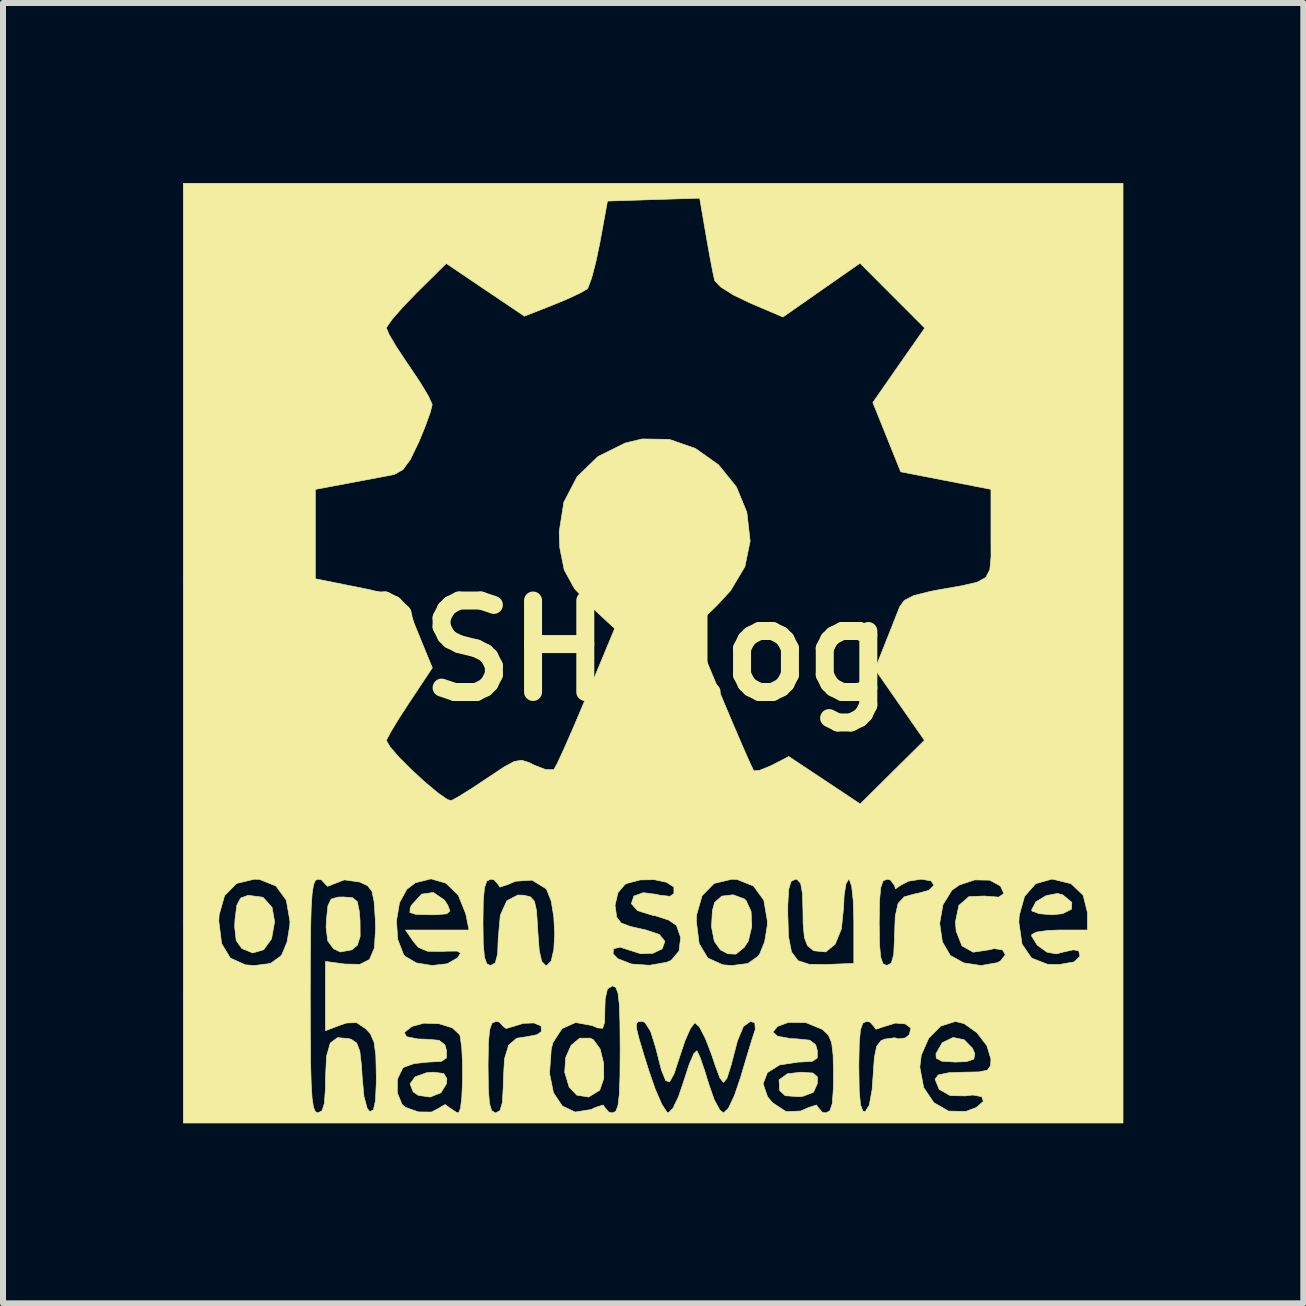
<source format=kicad_pcb>
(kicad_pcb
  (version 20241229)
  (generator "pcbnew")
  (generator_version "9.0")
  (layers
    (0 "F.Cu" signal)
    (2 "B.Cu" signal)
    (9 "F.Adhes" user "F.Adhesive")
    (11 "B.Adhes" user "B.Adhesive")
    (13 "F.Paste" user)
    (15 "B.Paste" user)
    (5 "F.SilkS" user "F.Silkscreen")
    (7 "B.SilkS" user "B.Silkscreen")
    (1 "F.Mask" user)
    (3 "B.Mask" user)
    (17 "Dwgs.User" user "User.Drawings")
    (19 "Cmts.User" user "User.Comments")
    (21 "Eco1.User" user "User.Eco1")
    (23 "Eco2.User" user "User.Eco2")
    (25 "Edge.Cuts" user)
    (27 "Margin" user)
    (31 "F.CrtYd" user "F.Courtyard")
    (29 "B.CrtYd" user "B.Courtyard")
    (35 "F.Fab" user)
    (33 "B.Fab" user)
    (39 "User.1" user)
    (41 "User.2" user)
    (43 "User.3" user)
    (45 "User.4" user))
  (footprint "OSH_logo"
    (layer "F.Cu")
    (at 7.794 7.794)
    (property "Reference" "OSH_logo" (at 0 0 0) (layer "F.SilkS") (effects (font (size 1.524 1.524) (thickness 0.3))))
    (attr through_hole)
    (fp_poly (pts (xy -3.449 7.048) (xy -3.396 7.135) (xy -3.402 7.218) (xy -3.495 7.37) (xy -3.675 7.441) (xy -3.872 7.413) (xy -3.957 7.355) (xy -4.01 7.221) (xy -3.925 7.104) (xy -3.732 7.035) (xy -3.624 7.027) (xy -3.449 7.048)) (stroke (width 0.01) (type solid)) (fill yes) (layer "F.SilkS"))
    (fp_poly (pts (xy 2.707 7.041) (xy 2.78 7.105) (xy 2.779 7.218) (xy 2.714 7.361) (xy 2.543 7.427) (xy 2.476 7.435) (xy 2.243 7.419) (xy 2.151 7.333) (xy 2.141 7.154) (xy 2.28 7.053) (xy 2.509 7.027) (xy 2.707 7.041)) (stroke (width 0.01) (type solid)) (fill yes) (layer "F.SilkS"))
    (fp_poly (pts (xy 5.228 6.487) (xy 5.365 6.628) (xy 5.404 6.719) (xy 5.387 6.809) (xy 5.267 6.85) (xy 5.08 6.858) (xy 4.855 6.844) (xy 4.761 6.794) (xy 4.756 6.719) (xy 4.861 6.535) (xy 5.042 6.448) (xy 5.228 6.487)) (stroke (width 0.01) (type solid)) (fill yes) (layer "F.SilkS"))
    (fp_poly (pts (xy 6.871 4.071) (xy 7.021 4.197) (xy 7.015 4.31) (xy 6.867 4.385) (xy 6.689 4.403) (xy 6.477 4.385) (xy 6.359 4.341) (xy 6.35 4.323) (xy 6.422 4.187) (xy 6.591 4.084) (xy 6.781 4.048) (xy 6.871 4.071)) (stroke (width 0.01) (type solid)) (fill yes) (layer "F.SilkS"))
    (fp_poly (pts (xy -3.438 4.157) (xy -3.381 4.243) (xy -3.345 4.34) (xy -3.398 4.387) (xy -3.572 4.402) (xy -3.683 4.403) (xy -3.915 4.396) (xy -4.012 4.365) (xy -4.007 4.29) (xy -3.983 4.241) (xy -3.817 4.059) (xy -3.621 4.031) (xy -3.438 4.157)) (stroke (width 0.01) (type solid)) (fill yes) (layer "F.SilkS"))
    (fp_poly (pts (xy -6.461 4.111) (xy -6.31 4.278) (xy -6.267 4.519) (xy -6.318 4.805) (xy -6.449 4.986) (xy -6.633 5.039) (xy -6.813 4.965) (xy -6.907 4.834) (xy -6.933 4.602) (xy -6.927 4.484) (xy -6.897 4.244) (xy -6.833 4.125) (xy -6.71 4.079) (xy -6.705 4.079) (xy -6.461 4.111)) (stroke (width 0.01) (type solid)) (fill yes) (layer "F.SilkS"))
    (fp_poly (pts (xy -0.953 6.486) (xy -0.842 6.638) (xy -0.782 6.88) (xy -0.781 7.133) (xy -0.847 7.324) (xy -0.852 7.33) (xy -1.034 7.441) (xy -1.23 7.409) (xy -1.357 7.277) (xy -1.432 7.028) (xy -1.415 6.782) (xy -1.326 6.58) (xy -1.183 6.46) (xy -1.007 6.459) (xy -0.953 6.486)) (stroke (width 0.01) (type solid)) (fill yes) (layer "F.SilkS"))
    (fp_poly (pts (xy 1.56 4.138) (xy 1.592 4.166) (xy 1.675 4.348) (xy 1.686 4.599) (xy 1.63 4.839) (xy 1.56 4.947) (xy 1.42 5.059) (xy 1.289 5.053) (xy 1.164 4.989) (xy 1.062 4.845) (xy 1.015 4.604) (xy 1.03 4.334) (xy 1.067 4.198) (xy 1.186 4.092) (xy 1.375 4.07) (xy 1.56 4.138)) (stroke (width 0.01) (type solid)) (fill yes) (layer "F.SilkS"))
    (fp_poly (pts (xy -4.968 4.118) (xy -4.889 4.183) (xy -4.855 4.347) (xy -4.843 4.503) (xy -4.841 4.764) (xy -4.888 4.911) (xy -4.979 4.987) (xy -5.173 5.023) (xy -5.286 4.968) (xy -5.381 4.839) (xy -5.409 4.615) (xy -5.403 4.484) (xy -5.378 4.251) (xy -5.324 4.141) (xy -5.206 4.108) (xy -5.122 4.106) (xy -4.968 4.118)) (stroke (width 0.01) (type solid)) (fill yes) (layer "F.SilkS"))
    (fp_poly (pts (xy 7.874 7.874) (xy -7.789 7.874) (xy -7.789 5.757) (xy -5.673 5.757) (xy -5.671 6.389) (xy -5.667 6.87) (xy -5.657 7.221) (xy -5.642 7.46) (xy -5.62 7.608) (xy -5.589 7.683) (xy -5.548 7.705) (xy -5.546 7.705) (xy -5.476 7.669) (xy -5.437 7.543) (xy -5.42 7.294) (xy -5.419 7.121) (xy -5.401 6.758) (xy -5.339 6.541) (xy -5.219 6.451) (xy -5.029 6.467) (xy -4.987 6.48) (xy -4.9 6.539) (xy -4.847 6.675) (xy -4.818 6.925) (xy -4.809 7.089) (xy -4.778 7.429) (xy -4.723 7.633) (xy -4.678 7.684) (xy -4.62 7.655) (xy -4.587 7.506) (xy -4.58 7.37) (xy -4.222 7.37) (xy -4.144 7.561) (xy -4.085 7.613) (xy -3.869 7.689) (xy -3.653 7.691) (xy -3.513 7.619) (xy -3.509 7.613) (xy -3.425 7.566) (xy -3.36 7.613) (xy -3.238 7.696) (xy -3.2 7.705) (xy -3.168 7.628) (xy -3.146 7.432) (xy -3.135 7.165) (xy -3.135 6.943) (xy -2.709 6.943) (xy -2.704 7.314) (xy -2.686 7.546) (xy -2.65 7.666) (xy -2.592 7.704) (xy -2.582 7.705) (xy -2.51 7.667) (xy -2.471 7.533) (xy -2.456 7.271) (xy -2.455 7.171) (xy -2.449 7.047) (xy -1.685 7.047) (xy -1.619 7.37) (xy -1.471 7.591) (xy -1.257 7.691) (xy -0.992 7.649) (xy -0.926 7.617) (xy -0.791 7.573) (xy -0.762 7.617) (xy -0.693 7.695) (xy -0.635 7.705) (xy -0.581 7.68) (xy -0.545 7.588) (xy -0.522 7.403) (xy -0.511 7.101) (xy -0.508 6.656) (xy -0.508 6.646) (xy -0.511 6.214) (xy -0.237 6.214) (xy -0.235 6.299) (xy -0.193 6.469) (xy -0.107 6.755) (xy -0.032 6.994) (xy 0.08 7.317) (xy 0.187 7.562) (xy 0.272 7.692) (xy 0.296 7.705) (xy 0.371 7.63) (xy 0.466 7.432) (xy 0.559 7.157) (xy 0.645 6.892) (xy 0.721 6.717) (xy 0.771 6.669) (xy 0.772 6.67) (xy 0.824 6.779) (xy 0.9 6.999) (xy 0.967 7.218) (xy 1.06 7.485) (xy 1.156 7.66) (xy 1.217 7.705) (xy 1.297 7.627) (xy 1.398 7.414) (xy 1.463 7.221) (xy 1.875 7.221) (xy 1.95 7.438) (xy 2.032 7.535) (xy 2.258 7.684) (xy 2.501 7.674) (xy 2.63 7.617) (xy 2.765 7.573) (xy 2.794 7.617) (xy 2.863 7.695) (xy 2.921 7.705) (xy 2.988 7.671) (xy 3.028 7.55) (xy 3.045 7.312) (xy 3.048 7.074) (xy 3.046 6.95) (xy 3.471 6.95) (xy 3.477 7.332) (xy 3.498 7.566) (xy 3.536 7.673) (xy 3.577 7.684) (xy 3.644 7.578) (xy 3.691 7.323) (xy 3.708 7.089) (xy 3.718 6.943) (xy 4.487 6.943) (xy 4.551 7.283) (xy 4.721 7.534) (xy 4.966 7.675) (xy 5.254 7.681) (xy 5.427 7.616) (xy 5.546 7.513) (xy 5.519 7.435) (xy 5.37 7.407) (xy 5.246 7.422) (xy 4.994 7.417) (xy 4.81 7.313) (xy 4.741 7.144) (xy 4.795 7.072) (xy 4.974 7.035) (xy 5.207 7.027) (xy 5.474 7.022) (xy 5.612 6.993) (xy 5.665 6.921) (xy 5.673 6.812) (xy 5.605 6.585) (xy 5.438 6.368) (xy 5.226 6.217) (xy 5.08 6.181) (xy 4.837 6.258) (xy 4.636 6.46) (xy 4.511 6.744) (xy 4.487 6.943) (xy 3.718 6.943) (xy 3.73 6.778) (xy 3.768 6.596) (xy 3.836 6.505) (xy 3.898 6.476) (xy 4.068 6.453) (xy 4.138 6.471) (xy 4.248 6.455) (xy 4.313 6.399) (xy 4.338 6.291) (xy 4.245 6.222) (xy 4.081 6.208) (xy 3.898 6.264) (xy 3.756 6.311) (xy 3.725 6.268) (xy 3.657 6.191) (xy 3.598 6.181) (xy 3.537 6.21) (xy 3.498 6.318) (xy 3.478 6.533) (xy 3.471 6.884) (xy 3.471 6.95) (xy 3.046 6.95) (xy 3.042 6.741) (xy 3.017 6.534) (xy 2.963 6.407) (xy 2.867 6.318) (xy 2.86 6.312) (xy 2.589 6.201) (xy 2.296 6.197) (xy 2.119 6.262) (xy 2.039 6.356) (xy 2.114 6.427) (xy 2.332 6.466) (xy 2.435 6.471) (xy 2.652 6.493) (xy 2.751 6.569) (xy 2.779 6.668) (xy 2.777 6.79) (xy 2.697 6.845) (xy 2.494 6.858) (xy 2.467 6.858) (xy 2.149 6.906) (xy 1.946 7.035) (xy 1.875 7.221) (xy 1.463 7.221) (xy 1.506 7.095) (xy 1.511 7.075) (xy 1.606 6.756) (xy 1.687 6.489) (xy 1.741 6.326) (xy 1.745 6.313) (xy 1.736 6.201) (xy 1.663 6.181) (xy 1.548 6.263) (xy 1.45 6.497) (xy 1.438 6.54) (xy 1.341 6.913) (xy 1.272 7.129) (xy 1.215 7.197) (xy 1.156 7.125) (xy 1.079 6.92) (xy 1.022 6.748) (xy 0.914 6.466) (xy 0.814 6.273) (xy 0.74 6.203) (xy 0.735 6.204) (xy 0.665 6.296) (xy 0.572 6.505) (xy 0.482 6.776) (xy 0.39 7.056) (xy 0.317 7.188) (xy 0.251 7.166) (xy 0.179 6.987) (xy 0.092 6.645) (xy 0.087 6.625) (xy 0.000359 6.346) (xy -0.094 6.198) (xy -0.135 6.181) (xy -0.203 6.184) (xy -0.237 6.214) (xy -0.511 6.214) (xy -0.511 6.198) (xy -0.522 5.893) (xy -0.544 5.707) (xy -0.58 5.614) (xy -0.634 5.588) (xy -0.635 5.588) (xy -0.719 5.638) (xy -0.757 5.808) (xy -0.762 5.967) (xy -0.767 6.198) (xy -0.799 6.294) (xy -0.884 6.289) (xy -0.974 6.25) (xy -1.249 6.199) (xy -1.477 6.3) (xy -1.628 6.534) (xy -1.656 6.642) (xy -1.685 7.047) (xy -2.449 7.047) (xy -2.435 6.803) (xy -2.366 6.575) (xy -2.233 6.461) (xy -2.062 6.435) (xy -1.89 6.401) (xy -1.82 6.349) (xy -1.826 6.256) (xy -1.945 6.206) (xy -2.124 6.213) (xy -2.249 6.252) (xy -2.408 6.299) (xy -2.455 6.264) (xy -2.524 6.19) (xy -2.582 6.181) (xy -2.644 6.21) (xy -2.683 6.319) (xy -2.703 6.535) (xy -2.709 6.887) (xy -2.709 6.943) (xy -3.135 6.943) (xy -3.135 6.877) (xy -3.148 6.616) (xy -3.174 6.431) (xy -3.183 6.402) (xy -3.306 6.287) (xy -3.527 6.219) (xy -3.777 6.21) (xy -3.978 6.264) (xy -4.104 6.364) (xy -4.069 6.435) (xy -3.879 6.473) (xy -3.739 6.477) (xy -3.526 6.495) (xy -3.428 6.57) (xy -3.402 6.668) (xy -3.404 6.791) (xy -3.487 6.846) (xy -3.694 6.858) (xy -3.703 6.858) (xy -3.941 6.883) (xy -4.112 6.944) (xy -4.132 6.96) (xy -4.22 7.142) (xy -4.222 7.37) (xy -4.58 7.37) (xy -4.573 7.218) (xy -4.572 7.09) (xy -4.58 6.747) (xy -4.609 6.528) (xy -4.671 6.387) (xy -4.746 6.304) (xy -4.901 6.201) (xy -5.068 6.207) (xy -5.169 6.241) (xy -5.419 6.335) (xy -5.419 5.181) (xy -5.098 5.224) (xy -4.845 5.229) (xy -4.686 5.149) (xy -4.604 4.958) (xy -4.584 4.636) (xy -4.588 4.502) (xy -4.236 4.502) (xy -4.215 4.813) (xy -4.12 5.06) (xy -4.093 5.095) (xy -3.902 5.206) (xy -3.642 5.248) (xy -3.387 5.219) (xy -3.215 5.119) (xy -3.168 5.04) (xy -3.225 5.008) (xy -3.415 5.01) (xy -3.467 5.014) (xy -3.718 5.011) (xy -3.87 4.947) (xy -3.956 4.847) (xy -4.085 4.657) (xy -3.027 4.657) (xy -3.052 4.53) (xy -2.794 4.53) (xy -2.789 4.889) (xy -2.769 5.11) (xy -2.73 5.22) (xy -2.667 5.249) (xy -2.589 5.206) (xy -2.55 5.056) (xy -2.54 4.8) (xy -2.505 4.41) (xy -2.396 4.169) (xy -2.213 4.074) (xy -2.112 4.077) (xy -2.001 4.105) (xy -1.936 4.178) (xy -1.902 4.333) (xy -1.883 4.611) (xy -1.88 4.678) (xy -1.856 5) (xy -1.815 5.181) (xy -1.75 5.247) (xy -1.732 5.249) (xy -1.657 5.174) (xy -1.63 5.053) (xy -0.626 5.053) (xy -0.547 5.135) (xy -0.317 5.224) (xy -0.017 5.245) (xy 0.267 5.195) (xy 0.344 5.162) (xy 0.474 5.007) (xy 0.501 4.782) (xy 0.431 4.581) (xy 0.331 4.511) (xy 0.762 4.511) (xy 0.809 4.884) (xy 0.953 5.124) (xy 1.203 5.237) (xy 1.355 5.249) (xy 1.622 5.215) (xy 1.791 5.094) (xy 1.816 5.061) (xy 1.9 4.856) (xy 1.945 4.582) (xy 1.947 4.511) (xy 1.922 4.366) (xy 2.286 4.366) (xy 2.298 4.764) (xy 2.348 5.022) (xy 2.456 5.167) (xy 2.643 5.228) (xy 2.925 5.232) (xy 3.387 5.213) (xy 3.387 4.53) (xy 3.81 4.53) (xy 3.815 4.889) (xy 3.835 5.11) (xy 3.874 5.22) (xy 3.937 5.249) (xy 4.012 5.209) (xy 4.052 5.066) (xy 4.065 4.788) (xy 4.065 4.763) (xy 4.073 4.548) (xy 4.818 4.548) (xy 4.864 4.856) (xy 4.995 5.08) (xy 5.22 5.205) (xy 5.509 5.249) (xy 5.776 5.202) (xy 5.832 5.173) (xy 5.913 5.069) (xy 5.865 4.988) (xy 5.727 4.967) (xy 5.649 4.986) (xy 5.377 5.027) (xy 5.19 4.922) (xy 5.093 4.678) (xy 5.082 4.53) (xy 6.138 4.53) (xy 6.191 4.893) (xy 6.35 5.125) (xy 6.618 5.229) (xy 6.811 5.232) (xy 7.057 5.189) (xy 7.152 5.101) (xy 7.154 5.08) (xy 7.134 5.003) (xy 7.047 4.987) (xy 6.853 5.03) (xy 6.765 5.055) (xy 6.608 5.027) (xy 6.445 4.91) (xy 6.353 4.763) (xy 6.35 4.735) (xy 6.427 4.692) (xy 6.624 4.664) (xy 6.816 4.657) (xy 7.281 4.657) (xy 7.281 4.365) (xy 7.209 4.077) (xy 7.008 3.885) (xy 6.703 3.81) (xy 6.683 3.81) (xy 6.419 3.885) (xy 6.233 4.095) (xy 6.144 4.415) (xy 6.138 4.53) (xy 5.082 4.53) (xy 5.081 4.519) (xy 5.138 4.247) (xy 5.305 4.101) (xy 5.571 4.09) (xy 5.578 4.092) (xy 5.802 4.109) (xy 5.888 4.049) (xy 5.831 3.924) (xy 5.652 3.826) (xy 5.402 3.822) (xy 5.149 3.905) (xy 5.022 3.994) (xy 4.872 4.237) (xy 4.818 4.548) (xy 4.073 4.548) (xy 4.078 4.423) (xy 4.125 4.215) (xy 4.226 4.105) (xy 4.399 4.056) (xy 4.439 4.05) (xy 4.639 3.995) (xy 4.722 3.912) (xy 4.676 3.838) (xy 4.511 3.81) (xy 4.298 3.843) (xy 4.166 3.912) (xy 4.082 3.971) (xy 4.064 3.912) (xy 3.996 3.822) (xy 3.937 3.81) (xy 3.874 3.841) (xy 3.835 3.953) (xy 3.815 4.175) (xy 3.81 4.53) (xy 3.387 4.53) (xy 3.387 4.511) (xy 3.377 4.167) (xy 3.351 3.925) (xy 3.312 3.814) (xy 3.302 3.81) (xy 3.256 3.887) (xy 3.225 4.084) (xy 3.217 4.276) (xy 3.18 4.639) (xy 3.076 4.894) (xy 2.92 5.022) (xy 2.726 5.004) (xy 2.707 4.994) (xy 2.614 4.917) (xy 2.563 4.782) (xy 2.542 4.547) (xy 2.54 4.357) (xy 2.531 4.05) (xy 2.501 3.879) (xy 2.441 3.814) (xy 2.413 3.81) (xy 2.342 3.846) (xy 2.302 3.977) (xy 2.287 4.233) (xy 2.286 4.366) (xy 1.922 4.366) (xy 1.887 4.16) (xy 1.715 3.924) (xy 1.443 3.815) (xy 1.355 3.81) (xy 1.058 3.881) (xy 0.858 4.085) (xy 0.766 4.406) (xy 0.762 4.511) (xy 0.331 4.511) (xy 0.304 4.492) (xy 0.085 4.421) (xy 0.031 4.411) (xy -0.216 4.335) (xy -0.321 4.218) (xy -0.321 4.218) (xy -0.279 4.091) (xy -0.122 4.035) (xy 0.107 4.064) (xy 0.145 4.076) (xy 0.322 4.095) (xy 0.389 4.051) (xy 0.388 3.941) (xy 0.264 3.861) (xy 0.062 3.818) (xy -0.172 3.822) (xy -0.393 3.88) (xy -0.429 3.898) (xy -0.545 4.037) (xy -0.593 4.245) (xy -0.565 4.444) (xy -0.49 4.541) (xy -0.34 4.597) (xy -0.113 4.649) (xy -0.088 4.653) (xy 0.144 4.73) (xy 0.238 4.845) (xy 0.193 4.971) (xy 0.039 5.045) (xy -0.167 5.052) (xy -0.333 4.999) (xy -0.509 4.943) (xy -0.619 4.969) (xy -0.626 5.053) (xy -1.63 5.053) (xy -1.613 4.981) (xy -1.599 4.718) (xy -1.614 4.433) (xy -1.657 4.174) (xy -1.729 3.991) (xy -1.749 3.965) (xy -1.976 3.826) (xy -2.252 3.844) (xy -2.376 3.898) (xy -2.511 3.942) (xy -2.54 3.898) (xy -2.609 3.82) (xy -2.667 3.81) (xy -2.73 3.841) (xy -2.769 3.953) (xy -2.789 4.175) (xy -2.794 4.53) (xy -3.052 4.53) (xy -3.081 4.387) (xy -3.205 4.077) (xy -3.41 3.877) (xy -3.66 3.804) (xy -3.921 3.87) (xy -4.064 3.979) (xy -4.185 4.2) (xy -4.236 4.502) (xy -4.588 4.502) (xy -4.589 4.475) (xy -4.609 4.181) (xy -4.645 4.01) (xy -4.718 3.918) (xy -4.845 3.859) (xy -4.851 3.857) (xy -5.104 3.821) (xy -5.253 3.878) (xy -5.384 3.929) (xy -5.419 3.895) (xy -5.487 3.82) (xy -5.546 3.81) (xy -5.587 3.83) (xy -5.618 3.902) (xy -5.641 4.045) (xy -5.657 4.28) (xy -5.666 4.625) (xy -5.671 5.1) (xy -5.673 5.723) (xy -5.673 5.757) (xy -7.789 5.757) (xy -7.789 4.511) (xy -7.197 4.511) (xy -7.15 4.884) (xy -7.005 5.124) (xy -6.756 5.237) (xy -6.604 5.249) (xy -6.337 5.215) (xy -6.168 5.094) (xy -6.143 5.061) (xy -6.059 4.856) (xy -6.014 4.582) (xy -6.011 4.511) (xy -6.072 4.16) (xy -6.244 3.924) (xy -6.515 3.815) (xy -6.604 3.81) (xy -6.9 3.881) (xy -7.101 4.085) (xy -7.192 4.406) (xy -7.197 4.511) (xy -7.789 4.511) (xy -7.789 -2.687) (xy -5.588 -2.687) (xy -5.588 -1.197) (xy -5.101 -1.1) (xy -4.689 -1.017) (xy -4.407 -0.948) (xy -4.223 -0.872) (xy -4.101 -0.766) (xy -4.007 -0.607) (xy -3.908 -0.373) (xy -3.877 -0.297) (xy -3.638 0.287) (xy -4.02 0.862) (xy -4.198 1.136) (xy -4.331 1.356) (xy -4.399 1.485) (xy -4.403 1.499) (xy -4.344 1.604) (xy -4.194 1.777) (xy -3.987 1.984) (xy -3.759 2.193) (xy -3.548 2.37) (xy -3.388 2.481) (xy -3.323 2.501) (xy -3.202 2.435) (xy -2.987 2.301) (xy -2.724 2.127) (xy -2.708 2.116) (xy -2.444 1.94) (xy -2.274 1.848) (xy -2.15 1.827) (xy -2.029 1.864) (xy -1.938 1.91) (xy -1.746 1.983) (xy -1.618 1.983) (xy -1.608 1.976) (xy -1.554 1.876) (xy -1.449 1.649) (xy -1.306 1.325) (xy -1.14 0.934) (xy -1.071 0.769) (xy -0.599 -0.367) (xy -0.971 -0.713) (xy -1.268 -1.032) (xy -1.44 -1.344) (xy -1.514 -1.714) (xy -1.524 -1.979) (xy -1.446 -2.474) (xy -1.224 -2.9) (xy -0.877 -3.235) (xy -0.423 -3.46) (xy -0.141 -3.528) (xy 0.312 -3.521) (xy 0.748 -3.369) (xy 1.132 -3.097) (xy 1.43 -2.729) (xy 1.604 -2.307) (xy 1.659 -1.826) (xy 1.572 -1.4) (xy 1.333 -0.999) (xy 1.108 -0.755) (xy 0.708 -0.367) (xy 1.195 0.798) (xy 1.368 1.209) (xy 1.52 1.562) (xy 1.637 1.829) (xy 1.708 1.981) (xy 1.722 2.004) (xy 1.816 1.996) (xy 1.994 1.924) (xy 2.033 1.905) (xy 2.303 1.765) (xy 2.898 2.16) (xy 3.493 2.556) (xy 4.028 2.025) (xy 4.564 1.495) (xy 4.151 0.902) (xy 3.739 0.31) (xy 3.91 -0.12) (xy 4.021 -0.399) (xy 4.115 -0.638) (xy 4.151 -0.73) (xy 4.228 -0.837) (xy 4.384 -0.917) (xy 4.658 -0.986) (xy 4.799 -1.013) (xy 5.187 -1.081) (xy 5.44 -1.139) (xy 5.586 -1.219) (xy 5.654 -1.35) (xy 5.674 -1.564) (xy 5.673 -1.891) (xy 5.673 -1.943) (xy 5.673 -2.688) (xy 4.921 -2.834) (xy 4.169 -2.98) (xy 3.704 -4.135) (xy 4.136 -4.756) (xy 4.569 -5.376) (xy 3.49 -6.457) (xy 2.848 -6.009) (xy 2.206 -5.56) (xy 1.657 -5.794) (xy 1.377 -5.929) (xy 1.167 -6.062) (xy 1.069 -6.165) (xy 1.068 -6.168) (xy 1.035 -6.317) (xy 0.985 -6.579) (xy 0.928 -6.899) (xy 0.924 -6.924) (xy 0.818 -7.541) (xy 0.05 -7.517) (xy -0.719 -7.493) (xy -0.846 -6.797) (xy -0.915 -6.468) (xy -0.985 -6.203) (xy -1.044 -6.047) (xy -1.058 -6.027) (xy -1.178 -5.958) (xy -1.403 -5.854) (xy -1.623 -5.763) (xy -2.103 -5.574) (xy -2.755 -6.013) (xy -3.406 -6.453) (xy -3.904 -5.96) (xy -4.134 -5.721) (xy -4.308 -5.522) (xy -4.397 -5.394) (xy -4.403 -5.374) (xy -4.357 -5.265) (xy -4.235 -5.06) (xy -4.062 -4.799) (xy -4.022 -4.741) (xy -3.841 -4.471) (xy -3.706 -4.247) (xy -3.643 -4.109) (xy -3.641 -4.095) (xy -3.673 -3.968) (xy -3.756 -3.738) (xy -3.861 -3.482) (xy -4.004 -3.186) (xy -4.128 -3.017) (xy -4.264 -2.939) (xy -4.306 -2.929) (xy -4.509 -2.89) (xy -4.806 -2.834) (xy -5.059 -2.786) (xy -5.588 -2.687) (xy -7.789 -2.687) (xy -7.789 -7.789) (xy 7.874 -7.789) (xy 7.874 7.874)) (stroke (width 0.01) (type solid)) (fill yes) (layer "F.SilkS")))
  (gr_rect
    (start -3 -3)
    (end 18.673 18.673)
    (stroke (width 0.1) (type default))
    (fill no)
    (layer "Edge.Cuts")))
</source>
